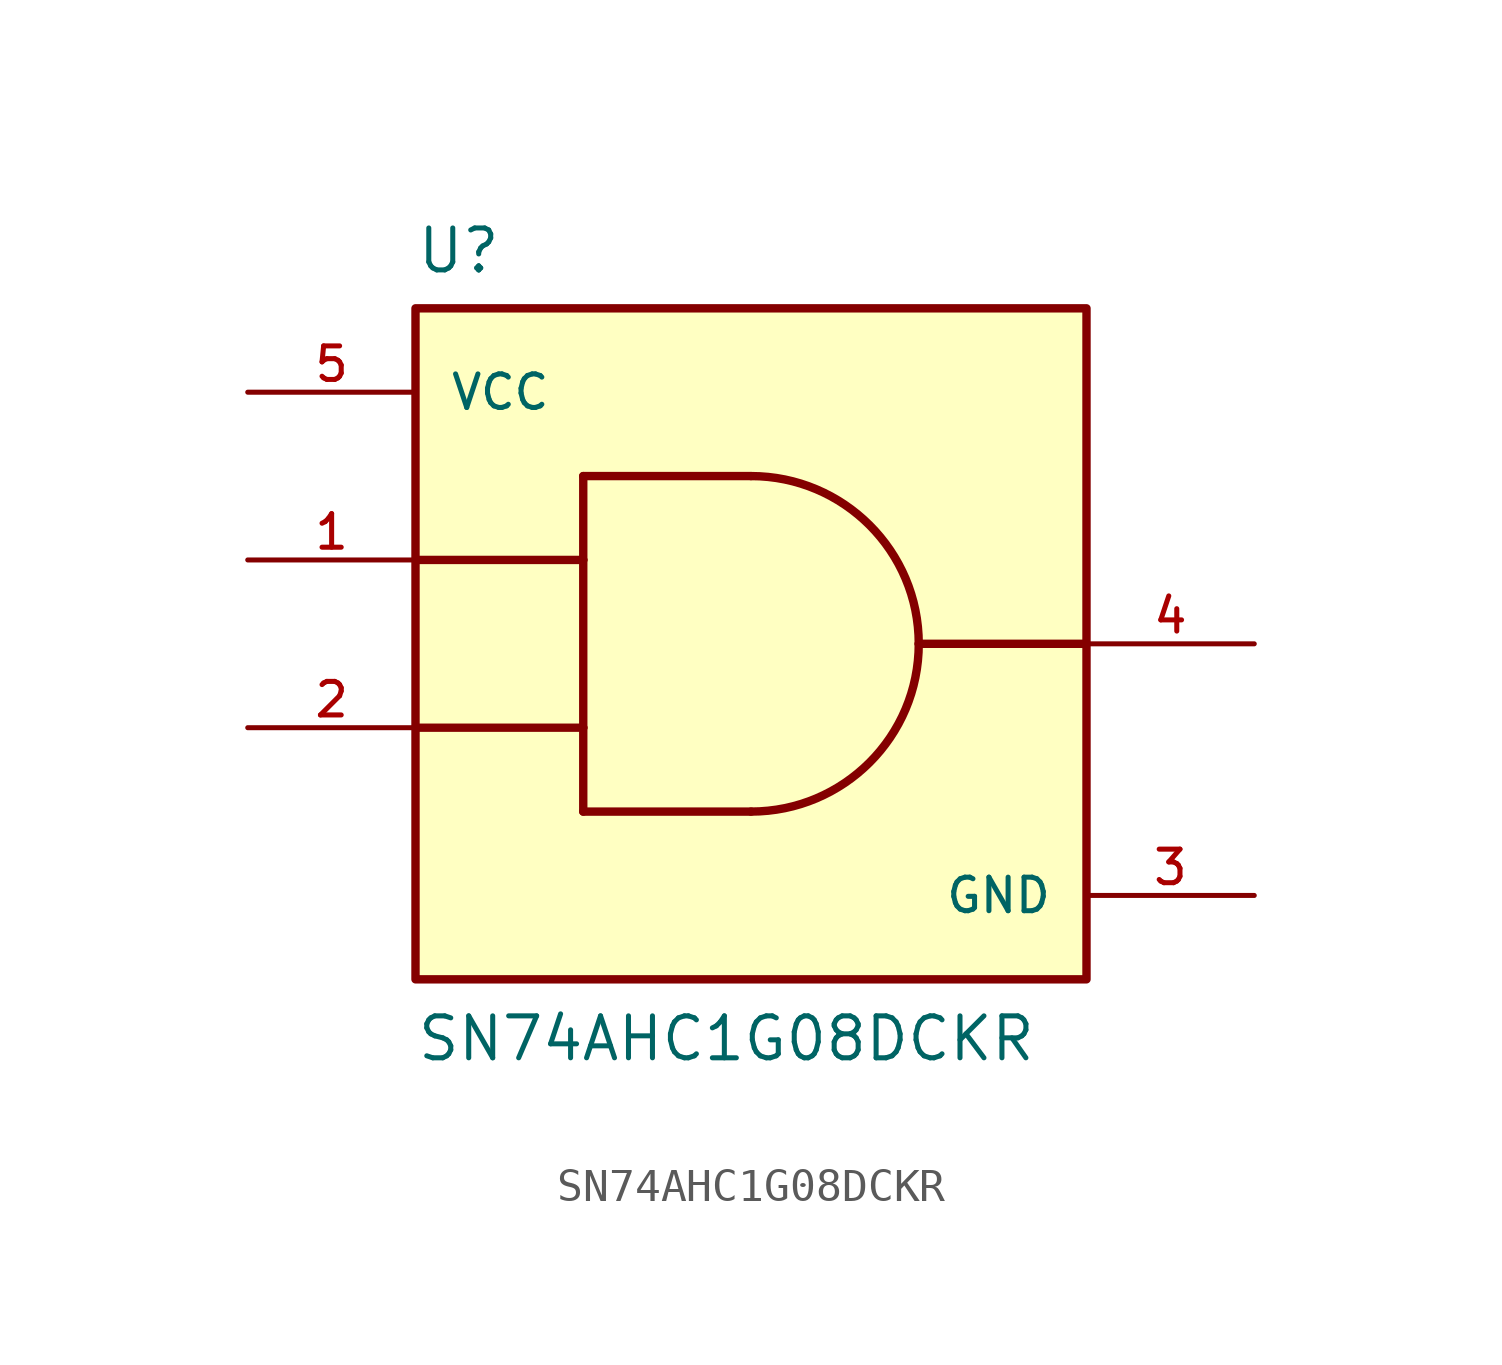
<source format=kicad_sym>
(kicad_symbol_lib
  (version 20220914)
  (generator kicad_symbol_editor)
  (symbol "SN74AHC1G08DCKR"
    (pin_names
      (offset 1.016))
    (property "Reference" "U"
      (at -10.16 11.16 0)
      (effects (font (size 1.27 1.27)) (justify left bottom)))
    (property "Value" "SN74AHC1G08DCKR"
      (at -10.16 -12.7 0)
      (effects (font (size 1.27 1.27)) (justify left bottom)))
    (symbol "SN74AHC1G08DCKR_0_0"
      (rectangle (start -10.16 10.16) (end 10.16 -10.16) (stroke (width 0.254) (type default)) (fill (type background)))
      (arc (start 0 -5.08) (mid 3.5921 -3.5921) (end 5.08 0) (stroke (width 0.254) (type default)) (fill (type none)))
      (polyline (pts (xy -10.16 2.54) (xy -5.08 2.54)) (stroke (width 0.254) (type default)) (fill (type none)))
      (polyline (pts (xy -5.08 -5.08) (xy 0 -5.08)) (stroke (width 0.254) (type default)) (fill (type none)))
      (polyline (pts (xy -5.08 -2.54) (xy -10.16 -2.54)) (stroke (width 0.254) (type default)) (fill (type none)))
      (polyline (pts (xy -5.08 -2.54) (xy -5.08 -5.08)) (stroke (width 0.254) (type default)) (fill (type none)))
      (polyline (pts (xy -5.08 2.54) (xy -5.08 -2.54)) (stroke (width 0.254) (type default)) (fill (type none)))
      (polyline (pts (xy -5.08 5.08) (xy -5.08 2.54)) (stroke (width 0.254) (type default)) (fill (type none)))
      (polyline (pts (xy -5.08 5.08) (xy 0 5.08)) (stroke (width 0.254) (type default)) (fill (type none)))
      (polyline (pts (xy 10.16 0) (xy 5.08 0)) (stroke (width 0.254) (type default)) (fill (type none)))
      (arc (start 5.08 0) (mid 3.5921 3.5921) (end 0 5.08) (stroke (width 0.254) (type default)) (fill (type none)))
      (pin input line (at -15.24 2.54 0) (length 5.08) (name "~" (effects (font (size 1.016 1.016)))) (number "1" (effects (font (size 1.016 1.016)))))
      (pin input line (at -15.24 -2.54 0) (length 5.08) (name "~" (effects (font (size 1.016 1.016)))) (number "2" (effects (font (size 1.016 1.016)))))
      (pin power_in line (at 15.24 -7.62 180) (length 5.08) (name "GND" (effects (font (size 1.016 1.016)))) (number "3" (effects (font (size 1.016 1.016)))))
      (pin output line (at 15.24 0 180) (length 5.08) (name "~" (effects (font (size 1.016 1.016)))) (number "4" (effects (font (size 1.016 1.016)))))
      (pin power_in line (at -15.24 7.62 0) (length 5.08) (name "VCC" (effects (font (size 1.016 1.016)))) (number "5" (effects (font (size 1.016 1.016))))))))
</source>
